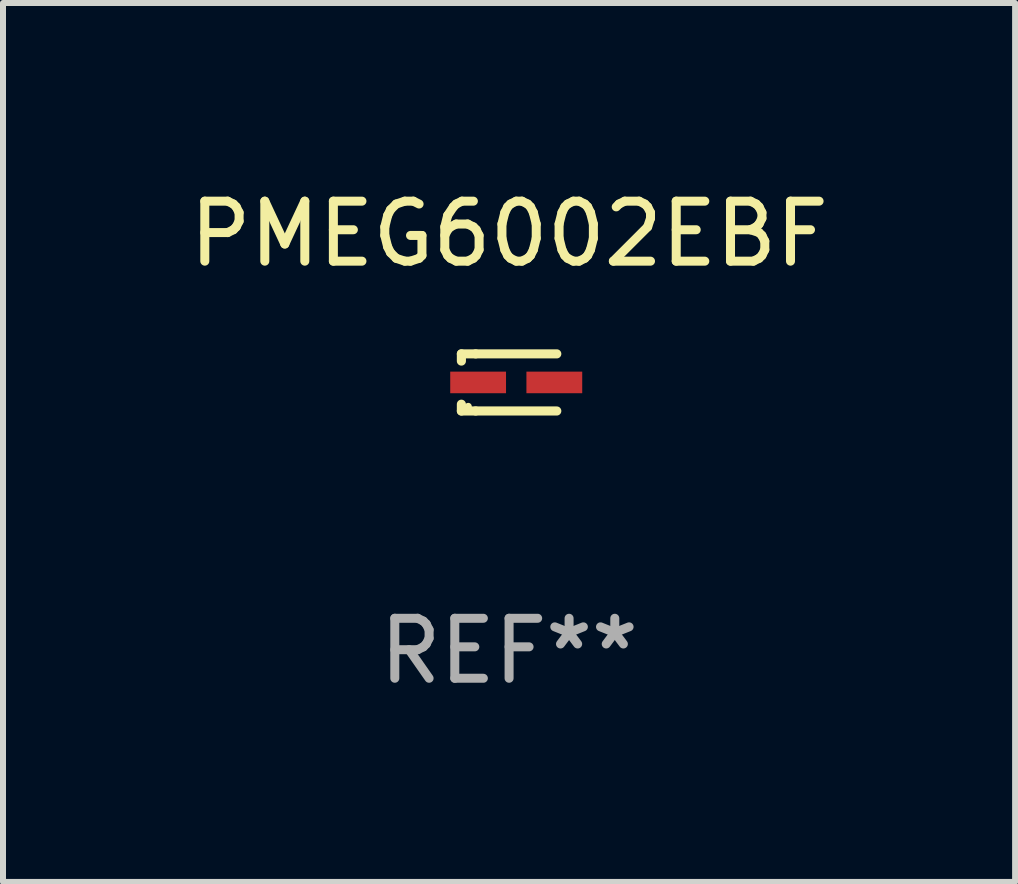
<source format=kicad_pcb>
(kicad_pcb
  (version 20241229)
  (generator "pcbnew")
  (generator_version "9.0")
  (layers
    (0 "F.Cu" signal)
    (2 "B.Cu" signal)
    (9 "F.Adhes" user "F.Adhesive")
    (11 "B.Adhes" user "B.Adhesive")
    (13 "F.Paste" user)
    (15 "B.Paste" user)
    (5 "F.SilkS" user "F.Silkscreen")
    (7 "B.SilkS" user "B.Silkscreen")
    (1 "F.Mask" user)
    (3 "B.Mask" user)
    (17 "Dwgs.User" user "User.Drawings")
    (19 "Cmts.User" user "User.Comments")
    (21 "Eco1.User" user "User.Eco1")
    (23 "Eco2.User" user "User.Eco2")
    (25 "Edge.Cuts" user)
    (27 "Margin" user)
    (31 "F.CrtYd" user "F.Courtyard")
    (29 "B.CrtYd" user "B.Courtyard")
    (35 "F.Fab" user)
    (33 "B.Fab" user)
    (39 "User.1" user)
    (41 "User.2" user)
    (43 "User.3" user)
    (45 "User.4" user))
  (footprint "PMEG6002EBF"
    (layer "F.Cu")
    (at 5.435 3.324)
    (property "Reference" "PMEG6002EBF" (at 0 -2.476 0) (layer "F.SilkS") (effects (font (size 1 1) (thickness 0.15))))
    (attr through_hole)
    (fp_line (start -0.795 -0.476) (end -0.795 -0.356) (stroke (width 0.152) (type solid)) (layer "F.SilkS"))
    (fp_line (start -0.795 0.363) (end -0.795 0.476) (stroke (width 0.152) (type solid)) (layer "F.SilkS"))
    (fp_line (start -0.795 0.476) (end -0.557 0.476) (stroke (width 0.152) (type solid)) (layer "F.SilkS"))
    (fp_line (start -0.557 -0.476) (end -0.795 -0.476) (stroke (width 0.152) (type solid)) (layer "F.SilkS"))
    (fp_line (start -0.557 -0.476) (end 0.795 -0.476) (stroke (width 0.152) (type solid)) (layer "F.SilkS"))
    (fp_line (start -0.557 0.476) (end 0.795 0.476) (stroke (width 0.152) (type solid)) (layer "F.SilkS"))
    (fp_circle (center -0.681 0.4) (end -0.651 0.4) (stroke (width 0.06) (type solid)) (fill no) (layer "F.SilkS"))
    (fp_text user "REF**" (at 0 4.476 0) (layer "F.Fab") (effects (font (size 1 1) (thickness 0.15))))
    (pad "1" smd rect (at -0.516 0 180) (size 0.93 0.36) (layers "F.Cu" "F.Mask" "F.Paste"))
    (pad "2" smd rect (at 0.754 0 180) (size 0.93 0.36) (layers "F.Cu" "F.Mask" "F.Paste")))
  (gr_rect
    (start -3 -3)
    (end 13.869 11.649)
    (stroke (width 0.1) (type default))
    (fill no)
    (layer "Edge.Cuts")))
</source>
